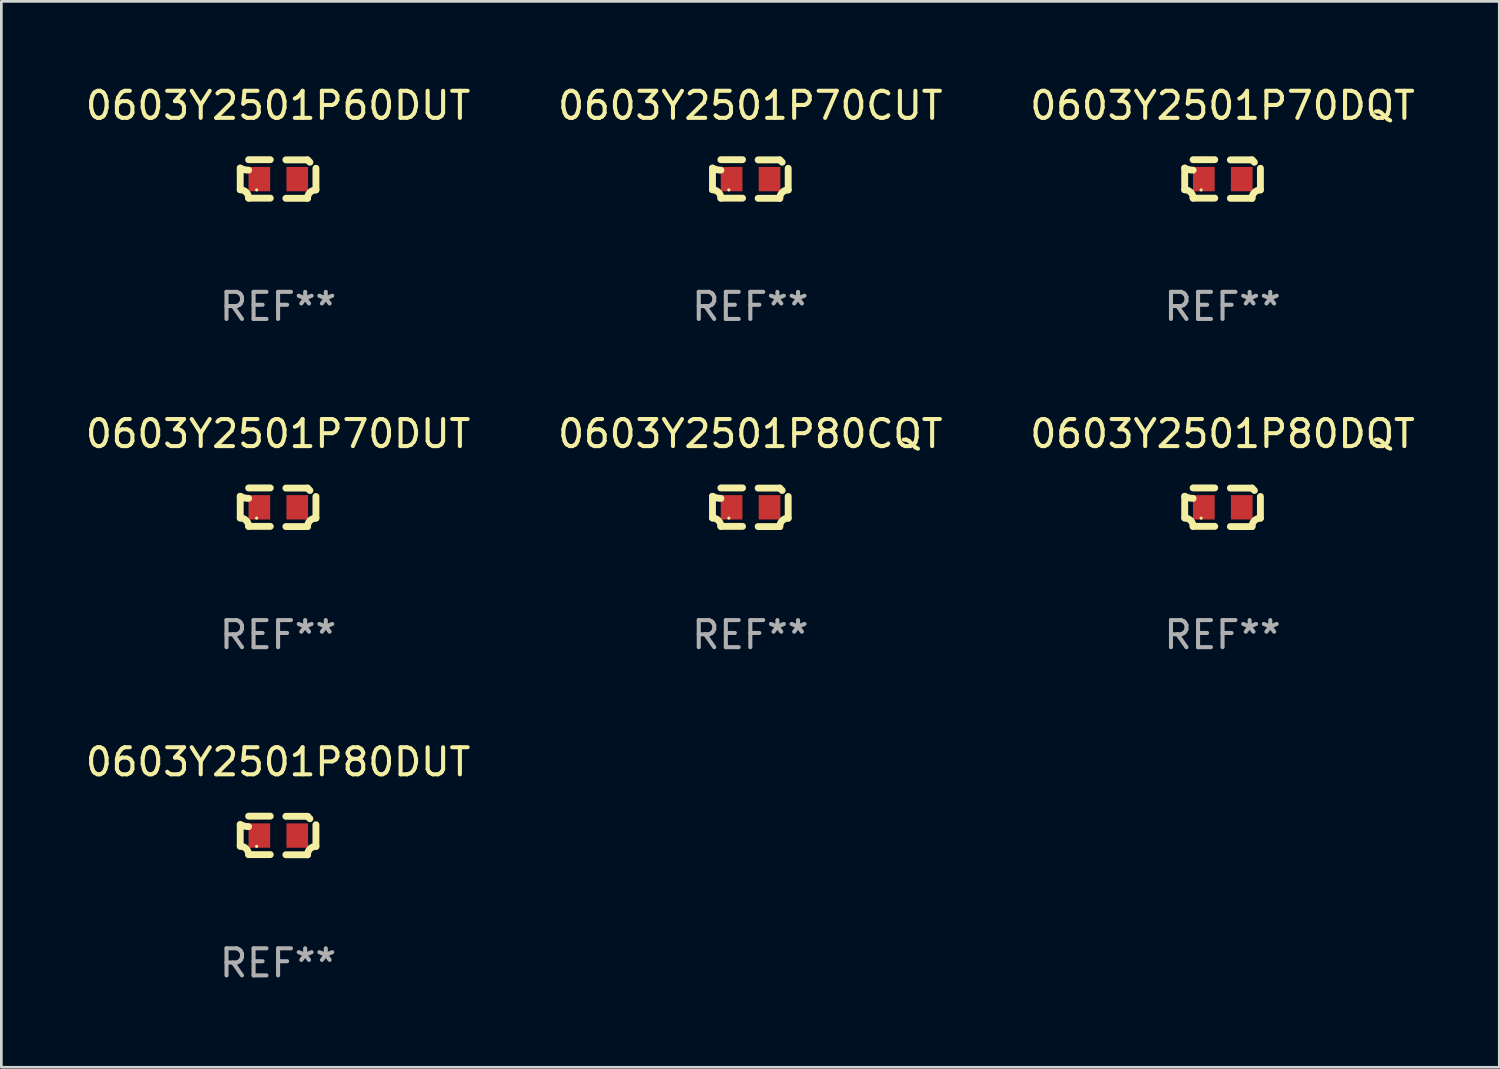
<source format=kicad_pcb>
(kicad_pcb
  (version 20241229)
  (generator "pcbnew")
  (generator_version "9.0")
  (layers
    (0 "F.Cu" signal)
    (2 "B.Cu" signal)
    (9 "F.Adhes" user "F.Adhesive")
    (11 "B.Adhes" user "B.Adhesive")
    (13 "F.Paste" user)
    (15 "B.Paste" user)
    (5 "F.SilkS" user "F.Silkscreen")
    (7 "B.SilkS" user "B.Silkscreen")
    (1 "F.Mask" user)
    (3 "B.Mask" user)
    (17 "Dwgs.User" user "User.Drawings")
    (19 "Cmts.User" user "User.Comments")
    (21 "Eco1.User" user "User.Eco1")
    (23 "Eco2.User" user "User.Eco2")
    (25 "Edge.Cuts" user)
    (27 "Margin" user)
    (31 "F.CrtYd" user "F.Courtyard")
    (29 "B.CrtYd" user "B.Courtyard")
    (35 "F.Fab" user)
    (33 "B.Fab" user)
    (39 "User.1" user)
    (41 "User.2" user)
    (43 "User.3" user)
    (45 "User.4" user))
  (footprint "0603Y2501P70DUT"
    (layer "F.Cu")
    (at 7.22 15.683)
    (property "Reference" "0603Y2501P70DUT" (at 0 -2.713 0) (layer "F.SilkS") (effects (font (size 1 1) (thickness 0.15))))
    (attr through_hole)
    (fp_line (start -1.398 -0.403) (end -1.398 0.397) (stroke (width 0.254) (type solid)) (layer "F.SilkS"))
    (fp_line (start -0.288 -0.713) (end -1.088 -0.713) (stroke (width 0.254) (type solid)) (layer "F.SilkS"))
    (fp_line (start -0.288 0.707) (end -1.088 0.707) (stroke (width 0.254) (type solid)) (layer "F.SilkS"))
    (fp_line (start 0.288 -0.707) (end 1.088 -0.707) (stroke (width 0.254) (type solid)) (layer "F.SilkS"))
    (fp_line (start 0.288 0.713) (end 1.088 0.713) (stroke (width 0.254) (type solid)) (layer "F.SilkS"))
    (fp_line (start 1.398 -0.397) (end 1.398 0.403) (stroke (width 0.254) (type solid)) (layer "F.SilkS"))
    (fp_arc (start -1.397789 0.397066) (mid -1.178701 0.487826) (end -1.08796 0.706922) (stroke (width 0.254001) (type solid)) (layer "F.SilkS"))
    (fp_arc (start -1.08796 -0.327176) (mid -1.247436 -0.346384) (end -1.39779 -0.402908) (stroke (width 0.254001) (type solid)) (layer "F.SilkS"))
    (fp_arc (start 1.087909 0.712738) (mid 1.178656 0.493655) (end 1.397739 0.402908) (stroke (width 0.254001) (type solid)) (layer "F.SilkS"))
    (fp_arc (start 1.175925 -0.618926) (mid 1.131917 -0.662923) (end 1.08791 -0.706922) (stroke (width 0.254001) (type solid)) (layer "F.SilkS"))
    (fp_circle (center -0.792 0.403) (end -0.762 0.403) (stroke (width 0.06) (type solid)) (fill no) (layer "F.SilkS"))
    (fp_text user "REF**" (at 0 4.713 0) (layer "F.Fab") (effects (font (size 1 1) (thickness 0.15))))
    (pad "1" smd rect (at -0.692 0.003) (size 0.8 0.9) (layers "F.Cu" "F.Mask" "F.Paste"))
    (pad "2" smd rect (at 0.708 0.003) (size 0.8 0.9) (layers "F.Cu" "F.Mask" "F.Paste")))
  (footprint "0603Y2501P70DQT"
    (layer "F.Cu")
    (at 42.101 3.561)
    (property "Reference" "0603Y2501P70DQT" (at 0 -2.713 0) (layer "F.SilkS") (effects (font (size 1 1) (thickness 0.15))))
    (attr through_hole)
    (fp_line (start -1.398 -0.403) (end -1.398 0.397) (stroke (width 0.254) (type solid)) (layer "F.SilkS"))
    (fp_line (start -0.288 -0.713) (end -1.088 -0.713) (stroke (width 0.254) (type solid)) (layer "F.SilkS"))
    (fp_line (start -0.288 0.707) (end -1.088 0.707) (stroke (width 0.254) (type solid)) (layer "F.SilkS"))
    (fp_line (start 0.288 -0.707) (end 1.088 -0.707) (stroke (width 0.254) (type solid)) (layer "F.SilkS"))
    (fp_line (start 0.288 0.713) (end 1.088 0.713) (stroke (width 0.254) (type solid)) (layer "F.SilkS"))
    (fp_line (start 1.398 -0.397) (end 1.398 0.403) (stroke (width 0.254) (type solid)) (layer "F.SilkS"))
    (fp_arc (start -1.397789 0.397066) (mid -1.178701 0.487826) (end -1.08796 0.706922) (stroke (width 0.254001) (type solid)) (layer "F.SilkS"))
    (fp_arc (start -1.08796 -0.327176) (mid -1.247436 -0.346384) (end -1.39779 -0.402908) (stroke (width 0.254001) (type solid)) (layer "F.SilkS"))
    (fp_arc (start 1.087909 0.712738) (mid 1.178656 0.493655) (end 1.397739 0.402908) (stroke (width 0.254001) (type solid)) (layer "F.SilkS"))
    (fp_arc (start 1.175925 -0.618926) (mid 1.131917 -0.662923) (end 1.08791 -0.706922) (stroke (width 0.254001) (type solid)) (layer "F.SilkS"))
    (fp_circle (center -0.792 0.403) (end -0.762 0.403) (stroke (width 0.06) (type solid)) (fill no) (layer "F.SilkS"))
    (fp_text user "REF**" (at 0 4.713 0) (layer "F.Fab") (effects (font (size 1 1) (thickness 0.15))))
    (pad "1" smd rect (at -0.692 0.003) (size 0.8 0.9) (layers "F.Cu" "F.Mask" "F.Paste"))
    (pad "2" smd rect (at 0.708 0.003) (size 0.8 0.9) (layers "F.Cu" "F.Mask" "F.Paste")))
  (footprint "0603Y2501P60DUT"
    (layer "F.Cu")
    (at 7.22 3.561)
    (property "Reference" "0603Y2501P60DUT" (at 0 -2.713 0) (layer "F.SilkS") (effects (font (size 1 1) (thickness 0.15))))
    (attr through_hole)
    (fp_line (start -1.398 -0.403) (end -1.398 0.397) (stroke (width 0.254) (type solid)) (layer "F.SilkS"))
    (fp_line (start -0.288 -0.713) (end -1.088 -0.713) (stroke (width 0.254) (type solid)) (layer "F.SilkS"))
    (fp_line (start -0.288 0.707) (end -1.088 0.707) (stroke (width 0.254) (type solid)) (layer "F.SilkS"))
    (fp_line (start 0.288 -0.707) (end 1.088 -0.707) (stroke (width 0.254) (type solid)) (layer "F.SilkS"))
    (fp_line (start 0.288 0.713) (end 1.088 0.713) (stroke (width 0.254) (type solid)) (layer "F.SilkS"))
    (fp_line (start 1.398 -0.397) (end 1.398 0.403) (stroke (width 0.254) (type solid)) (layer "F.SilkS"))
    (fp_arc (start -1.397789 0.397066) (mid -1.178701 0.487826) (end -1.08796 0.706922) (stroke (width 0.254001) (type solid)) (layer "F.SilkS"))
    (fp_arc (start -1.08796 -0.327176) (mid -1.247436 -0.346384) (end -1.39779 -0.402908) (stroke (width 0.254001) (type solid)) (layer "F.SilkS"))
    (fp_arc (start 1.087909 0.712738) (mid 1.178656 0.493655) (end 1.397739 0.402908) (stroke (width 0.254001) (type solid)) (layer "F.SilkS"))
    (fp_arc (start 1.175925 -0.618926) (mid 1.131917 -0.662923) (end 1.08791 -0.706922) (stroke (width 0.254001) (type solid)) (layer "F.SilkS"))
    (fp_circle (center -0.792 0.403) (end -0.762 0.403) (stroke (width 0.06) (type solid)) (fill no) (layer "F.SilkS"))
    (fp_text user "REF**" (at 0 4.713 0) (layer "F.Fab") (effects (font (size 1 1) (thickness 0.15))))
    (pad "1" smd rect (at -0.692 0.003) (size 0.8 0.9) (layers "F.Cu" "F.Mask" "F.Paste"))
    (pad "2" smd rect (at 0.708 0.003) (size 0.8 0.9) (layers "F.Cu" "F.Mask" "F.Paste")))
  (footprint "0603Y2501P80DUT"
    (layer "F.Cu")
    (at 7.22 27.805)
    (property "Reference" "0603Y2501P80DUT" (at 0 -2.713 0) (layer "F.SilkS") (effects (font (size 1 1) (thickness 0.15))))
    (attr through_hole)
    (fp_line (start -1.398 -0.403) (end -1.398 0.397) (stroke (width 0.254) (type solid)) (layer "F.SilkS"))
    (fp_line (start -0.288 -0.713) (end -1.088 -0.713) (stroke (width 0.254) (type solid)) (layer "F.SilkS"))
    (fp_line (start -0.288 0.707) (end -1.088 0.707) (stroke (width 0.254) (type solid)) (layer "F.SilkS"))
    (fp_line (start 0.288 -0.707) (end 1.088 -0.707) (stroke (width 0.254) (type solid)) (layer "F.SilkS"))
    (fp_line (start 0.288 0.713) (end 1.088 0.713) (stroke (width 0.254) (type solid)) (layer "F.SilkS"))
    (fp_line (start 1.398 -0.397) (end 1.398 0.403) (stroke (width 0.254) (type solid)) (layer "F.SilkS"))
    (fp_arc (start -1.397789 0.397066) (mid -1.178701 0.487826) (end -1.08796 0.706922) (stroke (width 0.254001) (type solid)) (layer "F.SilkS"))
    (fp_arc (start -1.08796 -0.327176) (mid -1.247436 -0.346384) (end -1.39779 -0.402908) (stroke (width 0.254001) (type solid)) (layer "F.SilkS"))
    (fp_arc (start 1.087909 0.712738) (mid 1.178656 0.493655) (end 1.397739 0.402908) (stroke (width 0.254001) (type solid)) (layer "F.SilkS"))
    (fp_arc (start 1.175925 -0.618926) (mid 1.131917 -0.662923) (end 1.08791 -0.706922) (stroke (width 0.254001) (type solid)) (layer "F.SilkS"))
    (fp_circle (center -0.792 0.403) (end -0.762 0.403) (stroke (width 0.06) (type solid)) (fill no) (layer "F.SilkS"))
    (fp_text user "REF**" (at 0 4.713 0) (layer "F.Fab") (effects (font (size 1 1) (thickness 0.15))))
    (pad "1" smd rect (at -0.692 0.003) (size 0.8 0.9) (layers "F.Cu" "F.Mask" "F.Paste"))
    (pad "2" smd rect (at 0.708 0.003) (size 0.8 0.9) (layers "F.Cu" "F.Mask" "F.Paste")))
  (footprint "0603Y2501P80CQT"
    (layer "F.Cu")
    (at 24.661 15.683)
    (property "Reference" "0603Y2501P80CQT" (at 0 -2.713 0) (layer "F.SilkS") (effects (font (size 1 1) (thickness 0.15))))
    (attr through_hole)
    (fp_line (start -1.398 -0.403) (end -1.398 0.397) (stroke (width 0.254) (type solid)) (layer "F.SilkS"))
    (fp_line (start -0.288 -0.713) (end -1.088 -0.713) (stroke (width 0.254) (type solid)) (layer "F.SilkS"))
    (fp_line (start -0.288 0.707) (end -1.088 0.707) (stroke (width 0.254) (type solid)) (layer "F.SilkS"))
    (fp_line (start 0.288 -0.707) (end 1.088 -0.707) (stroke (width 0.254) (type solid)) (layer "F.SilkS"))
    (fp_line (start 0.288 0.713) (end 1.088 0.713) (stroke (width 0.254) (type solid)) (layer "F.SilkS"))
    (fp_line (start 1.398 -0.397) (end 1.398 0.403) (stroke (width 0.254) (type solid)) (layer "F.SilkS"))
    (fp_arc (start -1.397789 0.397066) (mid -1.178701 0.487826) (end -1.08796 0.706922) (stroke (width 0.254001) (type solid)) (layer "F.SilkS"))
    (fp_arc (start -1.08796 -0.327176) (mid -1.247436 -0.346384) (end -1.39779 -0.402908) (stroke (width 0.254001) (type solid)) (layer "F.SilkS"))
    (fp_arc (start 1.087909 0.712738) (mid 1.178656 0.493655) (end 1.397739 0.402908) (stroke (width 0.254001) (type solid)) (layer "F.SilkS"))
    (fp_arc (start 1.175925 -0.618926) (mid 1.131917 -0.662923) (end 1.08791 -0.706922) (stroke (width 0.254001) (type solid)) (layer "F.SilkS"))
    (fp_circle (center -0.792 0.403) (end -0.762 0.403) (stroke (width 0.06) (type solid)) (fill no) (layer "F.SilkS"))
    (fp_text user "REF**" (at 0 4.713 0) (layer "F.Fab") (effects (font (size 1 1) (thickness 0.15))))
    (pad "1" smd rect (at -0.692 0.003) (size 0.8 0.9) (layers "F.Cu" "F.Mask" "F.Paste"))
    (pad "2" smd rect (at 0.708 0.003) (size 0.8 0.9) (layers "F.Cu" "F.Mask" "F.Paste")))
  (footprint "0603Y2501P70CUT"
    (layer "F.Cu")
    (at 24.661 3.561)
    (property "Reference" "0603Y2501P70CUT" (at 0 -2.713 0) (layer "F.SilkS") (effects (font (size 1 1) (thickness 0.15))))
    (attr through_hole)
    (fp_line (start -1.398 -0.403) (end -1.398 0.397) (stroke (width 0.254) (type solid)) (layer "F.SilkS"))
    (fp_line (start -0.288 -0.713) (end -1.088 -0.713) (stroke (width 0.254) (type solid)) (layer "F.SilkS"))
    (fp_line (start -0.288 0.707) (end -1.088 0.707) (stroke (width 0.254) (type solid)) (layer "F.SilkS"))
    (fp_line (start 0.288 -0.707) (end 1.088 -0.707) (stroke (width 0.254) (type solid)) (layer "F.SilkS"))
    (fp_line (start 0.288 0.713) (end 1.088 0.713) (stroke (width 0.254) (type solid)) (layer "F.SilkS"))
    (fp_line (start 1.398 -0.397) (end 1.398 0.403) (stroke (width 0.254) (type solid)) (layer "F.SilkS"))
    (fp_arc (start -1.397789 0.397066) (mid -1.178701 0.487826) (end -1.08796 0.706922) (stroke (width 0.254001) (type solid)) (layer "F.SilkS"))
    (fp_arc (start -1.08796 -0.327176) (mid -1.247436 -0.346384) (end -1.39779 -0.402908) (stroke (width 0.254001) (type solid)) (layer "F.SilkS"))
    (fp_arc (start 1.087909 0.712738) (mid 1.178656 0.493655) (end 1.397739 0.402908) (stroke (width 0.254001) (type solid)) (layer "F.SilkS"))
    (fp_arc (start 1.175925 -0.618926) (mid 1.131917 -0.662923) (end 1.08791 -0.706922) (stroke (width 0.254001) (type solid)) (layer "F.SilkS"))
    (fp_circle (center -0.792 0.403) (end -0.762 0.403) (stroke (width 0.06) (type solid)) (fill no) (layer "F.SilkS"))
    (fp_text user "REF**" (at 0 4.713 0) (layer "F.Fab") (effects (font (size 1 1) (thickness 0.15))))
    (pad "1" smd rect (at -0.692 0.003) (size 0.8 0.9) (layers "F.Cu" "F.Mask" "F.Paste"))
    (pad "2" smd rect (at 0.708 0.003) (size 0.8 0.9) (layers "F.Cu" "F.Mask" "F.Paste")))
  (footprint "0603Y2501P80DQT"
    (layer "F.Cu")
    (at 42.101 15.683)
    (property "Reference" "0603Y2501P80DQT" (at 0 -2.713 0) (layer "F.SilkS") (effects (font (size 1 1) (thickness 0.15))))
    (attr through_hole)
    (fp_line (start -1.398 -0.403) (end -1.398 0.397) (stroke (width 0.254) (type solid)) (layer "F.SilkS"))
    (fp_line (start -0.288 -0.713) (end -1.088 -0.713) (stroke (width 0.254) (type solid)) (layer "F.SilkS"))
    (fp_line (start -0.288 0.707) (end -1.088 0.707) (stroke (width 0.254) (type solid)) (layer "F.SilkS"))
    (fp_line (start 0.288 -0.707) (end 1.088 -0.707) (stroke (width 0.254) (type solid)) (layer "F.SilkS"))
    (fp_line (start 0.288 0.713) (end 1.088 0.713) (stroke (width 0.254) (type solid)) (layer "F.SilkS"))
    (fp_line (start 1.398 -0.397) (end 1.398 0.403) (stroke (width 0.254) (type solid)) (layer "F.SilkS"))
    (fp_arc (start -1.397789 0.397066) (mid -1.178701 0.487826) (end -1.08796 0.706922) (stroke (width 0.254001) (type solid)) (layer "F.SilkS"))
    (fp_arc (start -1.08796 -0.327176) (mid -1.247436 -0.346384) (end -1.39779 -0.402908) (stroke (width 0.254001) (type solid)) (layer "F.SilkS"))
    (fp_arc (start 1.087909 0.712738) (mid 1.178656 0.493655) (end 1.397739 0.402908) (stroke (width 0.254001) (type solid)) (layer "F.SilkS"))
    (fp_arc (start 1.175925 -0.618926) (mid 1.131917 -0.662923) (end 1.08791 -0.706922) (stroke (width 0.254001) (type solid)) (layer "F.SilkS"))
    (fp_circle (center -0.792 0.403) (end -0.762 0.403) (stroke (width 0.06) (type solid)) (fill no) (layer "F.SilkS"))
    (fp_text user "REF**" (at 0 4.713 0) (layer "F.Fab") (effects (font (size 1 1) (thickness 0.15))))
    (pad "1" smd rect (at -0.692 0.003) (size 0.8 0.9) (layers "F.Cu" "F.Mask" "F.Paste"))
    (pad "2" smd rect (at 0.708 0.003) (size 0.8 0.9) (layers "F.Cu" "F.Mask" "F.Paste")))
  (gr_rect
    (start -3 -3)
    (end 52.321 36.366)
    (stroke (width 0.1) (type default))
    (fill no)
    (layer "Edge.Cuts")))
</source>
